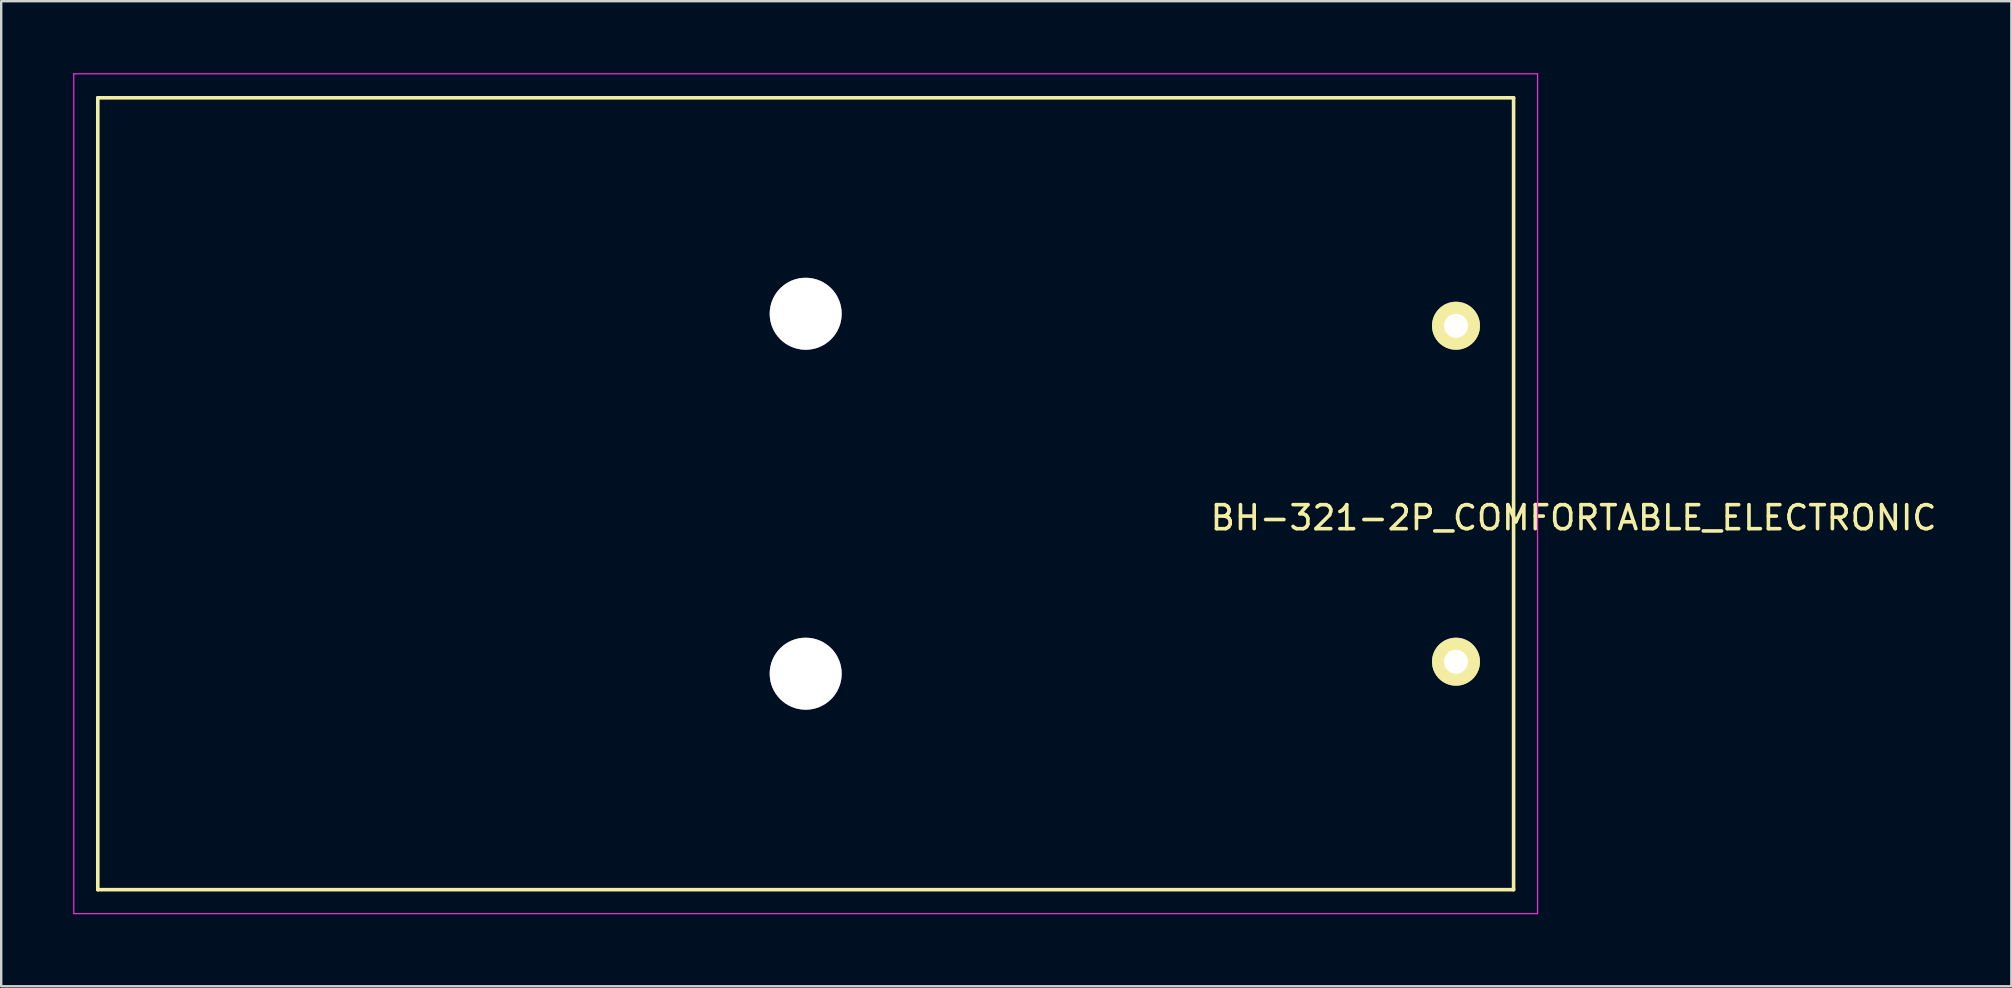
<source format=kicad_pcb>
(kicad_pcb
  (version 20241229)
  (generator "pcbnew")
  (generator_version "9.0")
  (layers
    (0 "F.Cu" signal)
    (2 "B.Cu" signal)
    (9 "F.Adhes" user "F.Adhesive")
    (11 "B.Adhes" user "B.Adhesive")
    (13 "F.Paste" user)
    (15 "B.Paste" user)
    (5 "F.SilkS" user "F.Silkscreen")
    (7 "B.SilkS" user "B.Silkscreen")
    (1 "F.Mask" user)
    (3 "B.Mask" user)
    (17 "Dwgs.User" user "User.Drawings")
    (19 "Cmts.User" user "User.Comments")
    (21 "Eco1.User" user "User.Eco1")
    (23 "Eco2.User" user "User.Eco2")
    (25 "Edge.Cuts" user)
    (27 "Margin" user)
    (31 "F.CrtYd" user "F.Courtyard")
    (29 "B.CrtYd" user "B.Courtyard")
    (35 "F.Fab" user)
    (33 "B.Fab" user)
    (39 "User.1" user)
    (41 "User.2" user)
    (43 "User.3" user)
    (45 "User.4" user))
  (footprint "BH-321-2P_COMFORTABLE_ELECTRONIC"
    (layer "F.Cu")
    (at 1.025 1.025)
    (property "Reference" "BH-321-2P_COMFORTABLE_ELECTRONIC" (at 61.5 17.5 0) (layer "F.SilkS") (effects (font (size 1 1) (thickness 0.15))))
    (attr through_hole)
    (fp_line (start 0 0) (end 59 0) (stroke (width 0.15) (type solid)) (layer "F.SilkS"))
    (fp_line (start 0 33) (end 0 0) (stroke (width 0.15) (type solid)) (layer "F.SilkS"))
    (fp_line (start 59 0) (end 59 33) (stroke (width 0.15) (type solid)) (layer "F.SilkS"))
    (fp_line (start 59 33) (end 0 33) (stroke (width 0.15) (type solid)) (layer "F.SilkS"))
    (fp_line (start -1 -1) (end -1 34) (stroke (width 0.05) (type solid)) (layer "F.CrtYd"))
    (fp_line (start -1 34) (end 60 34) (stroke (width 0.05) (type solid)) (layer "F.CrtYd"))
    (fp_line (start 60 -1) (end -1 -1) (stroke (width 0.05) (type solid)) (layer "F.CrtYd"))
    (fp_line (start 60 34) (end 60 -1) (stroke (width 0.05) (type solid)) (layer "F.CrtYd"))
    (pad "1" thru_hole circle (at 56.6 23.5) (size 2 2) (drill 1) (layers "*.Cu" "*.Mask" "F.SilkS"))
    (pad "2" thru_hole circle (at 56.6 9.5) (size 2 2) (drill 1) (layers "*.Cu" "*.Mask" "F.SilkS"))
    (pad "3" thru_hole circle (at 29.5 9) (size 3 3) (drill 3) (layers "*.Cu"))
    (pad "4" thru_hole circle (at 29.5 24) (size 3 3) (drill 3) (layers "*.Cu")))
  (gr_rect
    (start -3 -3)
    (end 80.769 38.05)
    (stroke (width 0.1) (type default))
    (fill no)
    (layer "Edge.Cuts")))
</source>
